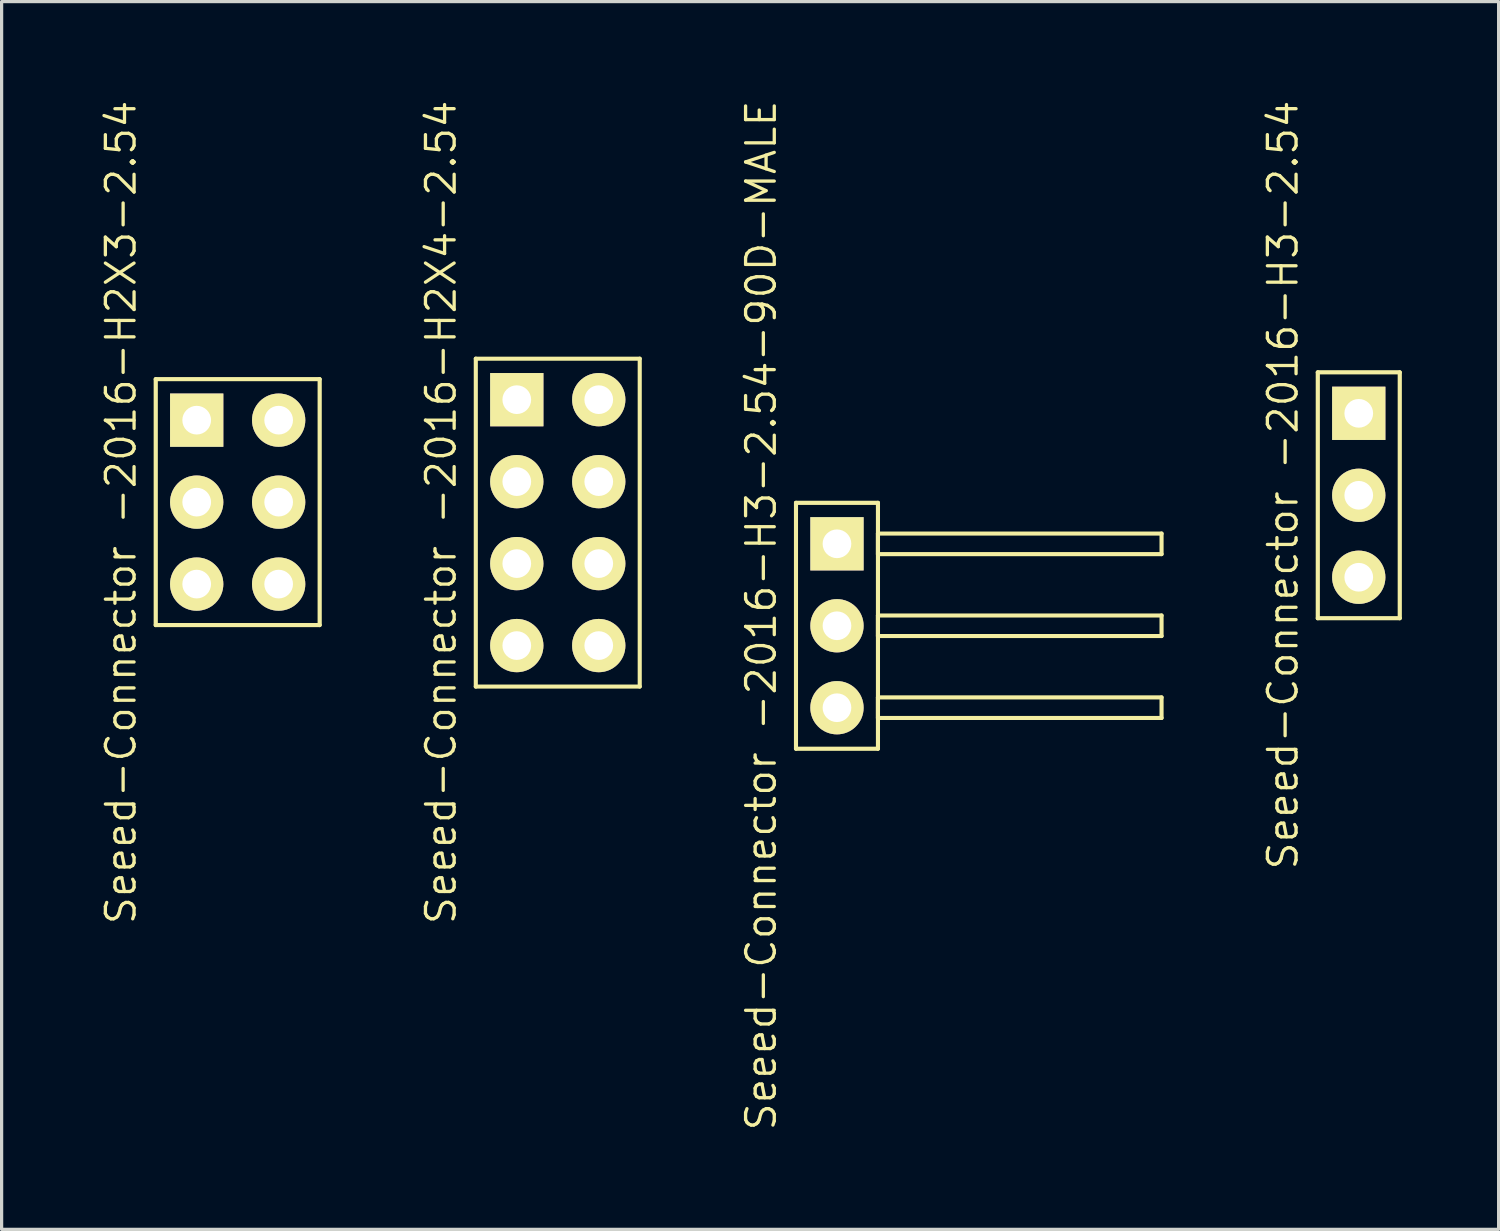
<source format=kicad_pcb>
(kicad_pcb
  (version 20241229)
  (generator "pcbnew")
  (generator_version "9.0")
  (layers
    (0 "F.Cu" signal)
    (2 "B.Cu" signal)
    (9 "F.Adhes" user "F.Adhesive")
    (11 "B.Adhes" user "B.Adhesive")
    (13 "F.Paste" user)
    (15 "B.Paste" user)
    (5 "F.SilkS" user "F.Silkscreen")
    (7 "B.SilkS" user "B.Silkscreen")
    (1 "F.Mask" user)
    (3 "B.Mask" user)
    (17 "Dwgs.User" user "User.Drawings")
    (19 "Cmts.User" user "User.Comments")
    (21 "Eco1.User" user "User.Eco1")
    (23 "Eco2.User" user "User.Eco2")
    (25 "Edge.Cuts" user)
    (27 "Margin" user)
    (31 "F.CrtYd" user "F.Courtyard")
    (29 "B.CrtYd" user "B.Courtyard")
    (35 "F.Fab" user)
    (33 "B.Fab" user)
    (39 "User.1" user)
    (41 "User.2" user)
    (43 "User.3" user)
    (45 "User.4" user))
  (footprint "Seeed-Connector -2016-H2X4-2.54"
    (layer "F.Cu")
    (at 14.234 13.145)
    (property "Reference" "Seeed-Connector -2016-H2X4-2.54" (at -3.617 -0.318 90) (layer "F.SilkS") (effects (font (size 0.889 0.889) (thickness 0.102))))
    (attr exclude_from_pos_files exclude_from_bom)
    (fp_line (start -2.54 -5.08) (end 2.54 -5.08) (stroke (width 0.066) (type solid)) (layer "F.SilkS"))
    (fp_line (start -2.54 -5.08) (end 2.54 -5.08) (stroke (width 0.127) (type solid)) (layer "F.SilkS"))
    (fp_line (start -2.54 5.08) (end -2.54 -5.08) (stroke (width 0.066) (type solid)) (layer "F.SilkS"))
    (fp_line (start -2.54 5.08) (end -2.54 -5.08) (stroke (width 0.127) (type solid)) (layer "F.SilkS"))
    (fp_line (start -2.54 5.08) (end 2.54 5.08) (stroke (width 0.066) (type solid)) (layer "F.SilkS"))
    (fp_line (start 2.54 -5.08) (end 2.54 5.08) (stroke (width 0.127) (type solid)) (layer "F.SilkS"))
    (fp_line (start 2.54 5.08) (end -2.54 5.08) (stroke (width 0.127) (type solid)) (layer "F.SilkS"))
    (fp_line (start 2.54 5.08) (end 2.54 -5.08) (stroke (width 0.066) (type solid)) (layer "F.SilkS"))
    (pad "1" thru_hole rect (at -1.27 -3.81) (size 1.651 1.651) (drill 0.889) (layers "*.Cu" "F.Mask" "F.SilkS" "F.Paste"))
    (pad "2" thru_hole circle (at -1.27 -1.27) (size 1.651 1.651) (drill 0.889) (layers "*.Cu" "F.Mask" "F.SilkS" "F.Paste"))
    (pad "3" thru_hole circle (at -1.27 1.27) (size 1.651 1.651) (drill 0.889) (layers "*.Cu" "F.Mask" "F.SilkS" "F.Paste"))
    (pad "4" thru_hole circle (at -1.27 3.81) (size 1.651 1.651) (drill 0.889) (layers "*.Cu" "F.Mask" "F.SilkS" "F.Paste"))
    (pad "5" thru_hole circle (at 1.27 3.81) (size 1.651 1.651) (drill 0.889) (layers "*.Cu" "F.Mask" "F.SilkS" "F.Paste"))
    (pad "6" thru_hole circle (at 1.27 1.27) (size 1.651 1.651) (drill 0.889) (layers "*.Cu" "F.Mask" "F.SilkS" "F.Paste"))
    (pad "7" thru_hole circle (at 1.27 -1.27) (size 1.651 1.651) (drill 0.889) (layers "*.Cu" "F.Mask" "F.SilkS" "F.Paste"))
    (pad "8" thru_hole circle (at 1.27 -3.81) (size 1.651 1.651) (drill 0.889) (layers "*.Cu" "F.Mask" "F.SilkS" "F.Paste")))
  (footprint "Seeed-Connector -2016-H2X3-2.54"
    (layer "F.Cu")
    (at 4.315 12.51)
    (property "Reference" "Seeed-Connector -2016-H2X3-2.54" (at -3.617 0.318 90) (layer "F.SilkS") (effects (font (size 0.889 0.889) (thickness 0.102))))
    (attr exclude_from_pos_files exclude_from_bom)
    (fp_line (start -2.54 -3.81) (end 2.54 -3.81) (stroke (width 0.066) (type solid)) (layer "F.SilkS"))
    (fp_line (start -2.54 -3.81) (end 2.54 -3.81) (stroke (width 0.1) (type solid)) (layer "F.SilkS"))
    (fp_line (start -2.54 -3.81) (end 2.54 -3.81) (stroke (width 0.127) (type solid)) (layer "F.SilkS"))
    (fp_line (start -2.54 3.81) (end -2.54 -3.81) (stroke (width 0.066) (type solid)) (layer "F.SilkS"))
    (fp_line (start -2.54 3.81) (end -2.54 -3.81) (stroke (width 0.1) (type solid)) (layer "F.SilkS"))
    (fp_line (start -2.54 3.81) (end -2.54 -3.81) (stroke (width 0.127) (type solid)) (layer "F.SilkS"))
    (fp_line (start -2.54 3.81) (end 2.54 3.81) (stroke (width 0.066) (type solid)) (layer "F.SilkS"))
    (fp_line (start 2.54 -3.81) (end 2.54 3.81) (stroke (width 0.1) (type solid)) (layer "F.SilkS"))
    (fp_line (start 2.54 -3.81) (end 2.54 3.81) (stroke (width 0.127) (type solid)) (layer "F.SilkS"))
    (fp_line (start 2.54 3.81) (end -2.54 3.81) (stroke (width 0.1) (type solid)) (layer "F.SilkS"))
    (fp_line (start 2.54 3.81) (end -2.54 3.81) (stroke (width 0.127) (type solid)) (layer "F.SilkS"))
    (fp_line (start 2.54 3.81) (end 2.54 -3.81) (stroke (width 0.066) (type solid)) (layer "F.SilkS"))
    (pad "1" thru_hole rect (at -1.27 -2.54) (size 1.651 1.651) (drill 0.889) (layers "*.Cu" "F.Mask" "F.SilkS" "F.Paste"))
    (pad "2" thru_hole circle (at -1.27 0) (size 1.651 1.651) (drill 0.889) (layers "*.Cu" "F.Mask" "F.SilkS" "F.Paste"))
    (pad "3" thru_hole circle (at -1.27 2.54) (size 1.651 1.651) (drill 0.889) (layers "*.Cu" "F.Mask" "F.SilkS" "F.Paste"))
    (pad "4" thru_hole circle (at 1.27 2.54) (size 1.651 1.651) (drill 0.889) (layers "*.Cu" "F.Mask" "F.SilkS" "F.Paste"))
    (pad "5" thru_hole circle (at 1.27 0) (size 1.651 1.651) (drill 0.889) (layers "*.Cu" "F.Mask" "F.SilkS" "F.Paste"))
    (pad "6" thru_hole circle (at 1.27 -2.54) (size 1.651 1.651) (drill 0.889) (layers "*.Cu" "F.Mask" "F.SilkS" "F.Paste")))
  (footprint "Seeed-Connector -2016-H3-2.54"
    (layer "F.Cu")
    (at 39.055 12.298)
    (property "Reference" "Seeed-Connector -2016-H3-2.54" (at -2.349 -0.318 90) (layer "F.SilkS") (effects (font (size 0.889 0.889) (thickness 0.102))))
    (attr exclude_from_pos_files exclude_from_bom)
    (fp_line (start -1.27 -3.81) (end 1.27 -3.81) (stroke (width 0.066) (type solid)) (layer "F.SilkS"))
    (fp_line (start -1.27 -3.81) (end 1.27 -3.81) (stroke (width 0.1) (type solid)) (layer "F.SilkS"))
    (fp_line (start -1.27 -3.81) (end 1.27 -3.81) (stroke (width 0.127) (type solid)) (layer "F.SilkS"))
    (fp_line (start -1.27 3.81) (end -1.27 -3.81) (stroke (width 0.066) (type solid)) (layer "F.SilkS"))
    (fp_line (start -1.27 3.81) (end -1.27 -3.81) (stroke (width 0.1) (type solid)) (layer "F.SilkS"))
    (fp_line (start -1.27 3.81) (end -1.27 -3.81) (stroke (width 0.127) (type solid)) (layer "F.SilkS"))
    (fp_line (start -1.27 3.81) (end 1.27 3.81) (stroke (width 0.066) (type solid)) (layer "F.SilkS"))
    (fp_line (start 1.27 -3.81) (end 1.27 3.81) (stroke (width 0.1) (type solid)) (layer "F.SilkS"))
    (fp_line (start 1.27 -3.81) (end 1.27 3.81) (stroke (width 0.127) (type solid)) (layer "F.SilkS"))
    (fp_line (start 1.27 3.81) (end -1.27 3.81) (stroke (width 0.1) (type solid)) (layer "F.SilkS"))
    (fp_line (start 1.27 3.81) (end -1.27 3.81) (stroke (width 0.127) (type solid)) (layer "F.SilkS"))
    (fp_line (start 1.27 3.81) (end 1.27 -3.81) (stroke (width 0.066) (type solid)) (layer "F.SilkS"))
    (pad "1" thru_hole rect (at 0 -2.54) (size 1.651 1.651) (drill 0.889) (layers "*.Cu" "F.Mask" "F.SilkS" "F.Paste"))
    (pad "2" thru_hole circle (at 0 0) (size 1.651 1.651) (drill 0.889) (layers "*.Cu" "F.Mask" "F.SilkS" "F.Paste"))
    (pad "3" thru_hole circle (at 0 2.54) (size 1.651 1.651) (drill 0.889) (layers "*.Cu" "F.Mask" "F.SilkS" "F.Paste")))
  (footprint "Seeed-Connector -2016-H3-2.54-90D-MALE"
    (layer "F.Cu")
    (at 22.886 16.341)
    (property "Reference" "Seeed-Connector -2016-H3-2.54-90D-MALE" (at -2.349 -0.318 90) (layer "F.SilkS") (effects (font (size 0.889 0.889) (thickness 0.102))))
    (attr exclude_from_pos_files exclude_from_bom)
    (fp_line (start -1.27 -3.81) (end 1.27 -3.81) (stroke (width 0.066) (type solid)) (layer "F.SilkS"))
    (fp_line (start -1.27 -3.81) (end 1.27 -3.81) (stroke (width 0.1) (type solid)) (layer "F.SilkS"))
    (fp_line (start -1.27 -3.81) (end 1.27 -3.81) (stroke (width 0.127) (type solid)) (layer "F.SilkS"))
    (fp_line (start -1.27 3.81) (end -1.27 -3.81) (stroke (width 0.066) (type solid)) (layer "F.SilkS"))
    (fp_line (start -1.27 3.81) (end -1.27 -3.81) (stroke (width 0.1) (type solid)) (layer "F.SilkS"))
    (fp_line (start -1.27 3.81) (end -1.27 -3.81) (stroke (width 0.127) (type solid)) (layer "F.SilkS"))
    (fp_line (start -1.27 3.81) (end 1.27 3.81) (stroke (width 0.066) (type solid)) (layer "F.SilkS"))
    (fp_line (start 1.27 -3.81) (end 1.27 3.81) (stroke (width 0.1) (type solid)) (layer "F.SilkS"))
    (fp_line (start 1.27 -3.81) (end 1.27 3.81) (stroke (width 0.127) (type solid)) (layer "F.SilkS"))
    (fp_line (start 1.27 -2.857) (end 1.27 -2.22) (stroke (width 0.127) (type solid)) (layer "F.SilkS"))
    (fp_line (start 1.27 -2.22) (end 10.058 -2.22) (stroke (width 0.127) (type solid)) (layer "F.SilkS"))
    (fp_line (start 1.27 -0.318) (end 1.27 0.318) (stroke (width 0.127) (type solid)) (layer "F.SilkS"))
    (fp_line (start 1.27 0.318) (end 10.058 0.318) (stroke (width 0.127) (type solid)) (layer "F.SilkS"))
    (fp_line (start 1.27 2.22) (end 1.27 2.857) (stroke (width 0.127) (type solid)) (layer "F.SilkS"))
    (fp_line (start 1.27 2.857) (end 10.058 2.857) (stroke (width 0.127) (type solid)) (layer "F.SilkS"))
    (fp_line (start 1.27 3.81) (end -1.27 3.81) (stroke (width 0.1) (type solid)) (layer "F.SilkS"))
    (fp_line (start 1.27 3.81) (end -1.27 3.81) (stroke (width 0.127) (type solid)) (layer "F.SilkS"))
    (fp_line (start 1.27 3.81) (end 1.27 -3.81) (stroke (width 0.066) (type solid)) (layer "F.SilkS"))
    (fp_line (start 10.058 -2.857) (end 1.27 -2.857) (stroke (width 0.127) (type solid)) (layer "F.SilkS"))
    (fp_line (start 10.058 -2.857) (end 10.058 -2.22) (stroke (width 0.127) (type solid)) (layer "F.SilkS"))
    (fp_line (start 10.058 -0.318) (end 1.27 -0.318) (stroke (width 0.127) (type solid)) (layer "F.SilkS"))
    (fp_line (start 10.058 -0.318) (end 10.058 0.318) (stroke (width 0.127) (type solid)) (layer "F.SilkS"))
    (fp_line (start 10.058 2.22) (end 1.27 2.22) (stroke (width 0.127) (type solid)) (layer "F.SilkS"))
    (fp_line (start 10.058 2.22) (end 10.058 2.857) (stroke (width 0.127) (type solid)) (layer "F.SilkS"))
    (pad "1" thru_hole rect (at 0 -2.54) (size 1.651 1.651) (drill 0.889) (layers "*.Cu" "F.Mask" "F.SilkS" "F.Paste"))
    (pad "2" thru_hole circle (at 0 0) (size 1.651 1.651) (drill 0.889) (layers "*.Cu" "F.Mask" "F.SilkS" "F.Paste"))
    (pad "3" thru_hole circle (at 0 2.54) (size 1.651 1.651) (drill 0.889) (layers "*.Cu" "F.Mask" "F.SilkS" "F.Paste")))
  (gr_rect
    (start -3 -3)
    (end 43.389 35.046)
    (stroke (width 0.1) (type default))
    (fill no)
    (layer "Edge.Cuts")))
</source>
